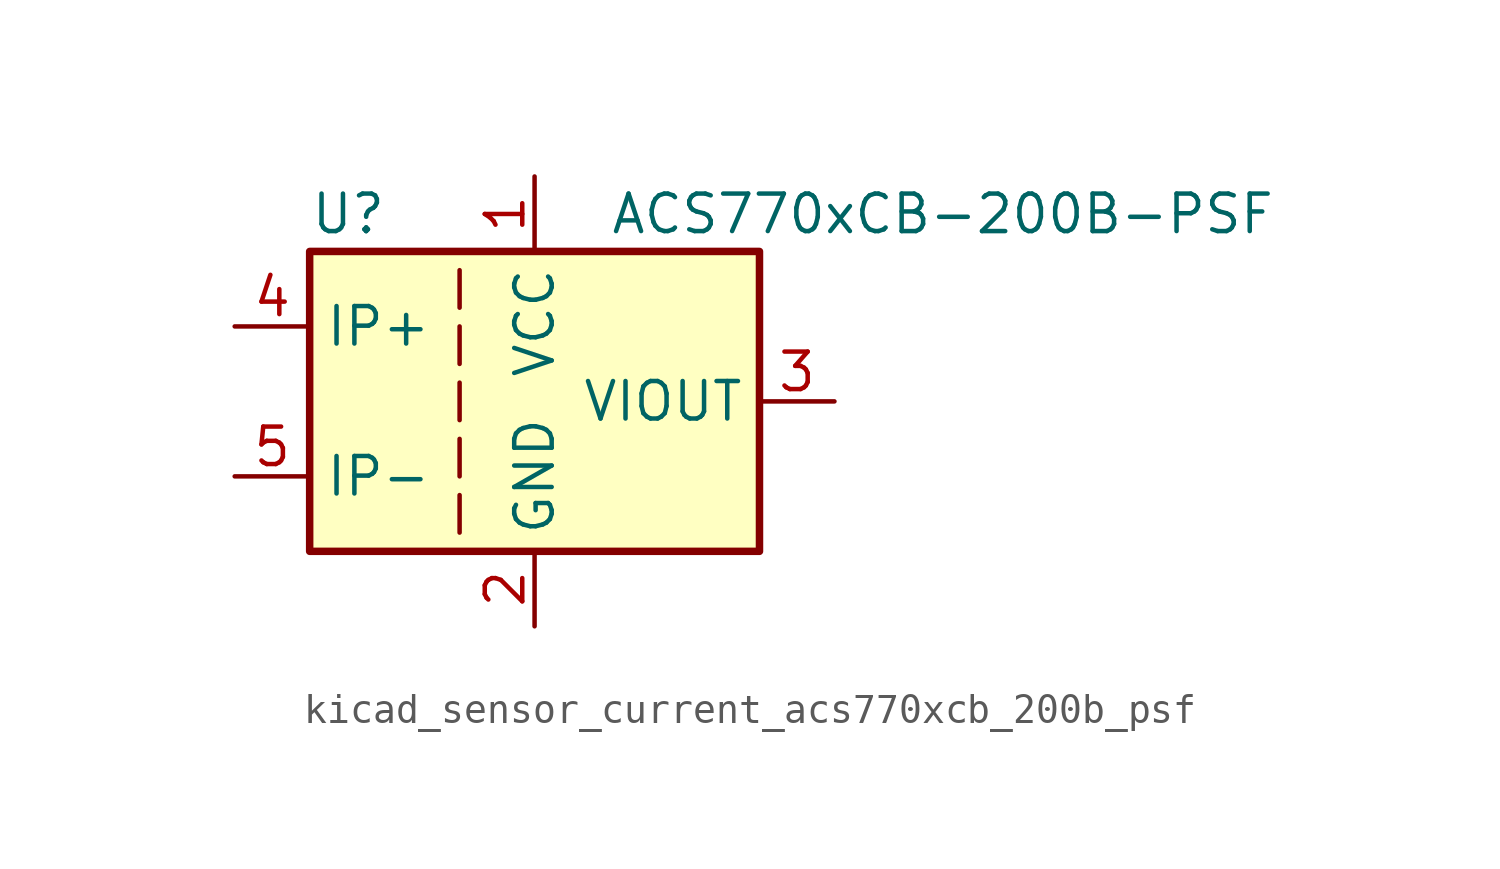
<source format=kicad_sym>
(kicad_symbol_lib
  (version 20220914)
  (generator kicad_symbol_editor)
  (symbol "kicad_sensor_current_acs770xcb_200b_psf"
    (property "Reference" "U"
      (at -7.62 6.35 0)
      (effects (font (size 1.27 1.27)) (justify left)))
    (property "Value" "ACS770xCB-200B-PSF"
      (at 2.54 6.35 0)
      (effects (font (size 1.27 1.27)) (justify left)))
    (symbol "kicad_sensor_current_acs770xcb_200b_psf_0_1"
      (rectangle (start -7.62 5.08) (end 7.62 -5.08) (stroke (width 0.254) (type default)) (fill (type background)))
      (polyline (pts (xy -2.54 -3.175) (xy -2.54 -4.445)) (stroke (width 0) (type default)) (fill (type none)))
      (polyline (pts (xy -2.54 -1.27) (xy -2.54 -2.54)) (stroke (width 0) (type default)) (fill (type none)))
      (polyline (pts (xy -2.54 0.635) (xy -2.54 -0.635)) (stroke (width 0) (type default)) (fill (type none)))
      (polyline (pts (xy -2.54 1.27) (xy -2.54 2.54)) (stroke (width 0) (type default)) (fill (type none)))
      (polyline (pts (xy -2.54 3.175) (xy -2.54 4.445)) (stroke (width 0) (type default)) (fill (type none))))
    (symbol "kicad_sensor_current_acs770xcb_200b_psf_1_1"
      (pin power_in line (at 0 7.62 270) (length 2.54) (name "VCC" (effects (font (size 1.27 1.27)))) (number "1" (effects (font (size 1.27 1.27)))))
      (pin power_in line (at 0 -7.62 90) (length 2.54) (name "GND" (effects (font (size 1.27 1.27)))) (number "2" (effects (font (size 1.27 1.27)))))
      (pin output line (at 10.16 0 180) (length 2.54) (name "VIOUT" (effects (font (size 1.27 1.27)))) (number "3" (effects (font (size 1.27 1.27)))))
      (pin passive line (at -10.16 2.54 0) (length 2.54) (name "IP+" (effects (font (size 1.27 1.27)))) (number "4" (effects (font (size 1.27 1.27)))))
      (pin passive line (at -10.16 -2.54 0) (length 2.54) (name "IP-" (effects (font (size 1.27 1.27)))) (number "5" (effects (font (size 1.27 1.27))))))))
</source>
